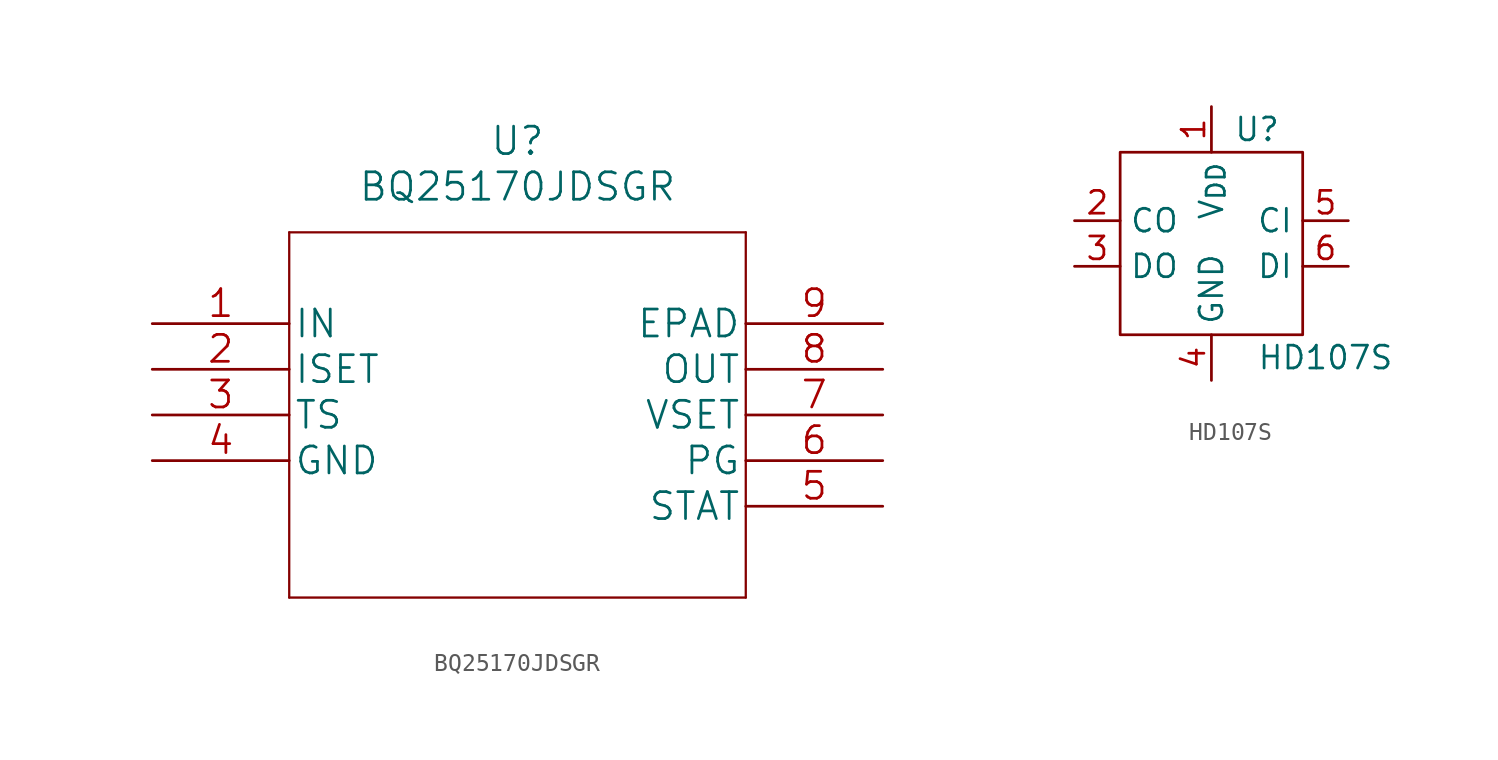
<source format=kicad_sym>
(kicad_symbol_lib
  (version 20211014)
  (generator kicad_symbol_editor)
  (symbol "BQ25170JDSGR"
    (pin_names
      (offset 0.254))
    (property "Reference" "U"
      (at 20.32 10.16 0)
      (effects (font (size 1.524 1.524))))
    (property "Value" "BQ25170JDSGR"
      (at 20.32 7.62 0)
      (effects (font (size 1.524 1.524))))
    (property "Datasheet" ""
      (at 0 0 0)
      (effects (font (size 1.524 1.524))))
    (property "ki_locked" ""
      (at 0 0 0)
      (effects (font (size 1.27 1.27))))
    (symbol "BQ25170JDSGR_1_1"
      (polyline (pts (xy 7.62 -15.24) (xy 33.02 -15.24)) (stroke (width 0.127) (type default) (color 0 0 0 0)) (fill (type none)))
      (polyline (pts (xy 7.62 5.08) (xy 7.62 -15.24)) (stroke (width 0.127) (type default) (color 0 0 0 0)) (fill (type none)))
      (polyline (pts (xy 33.02 -15.24) (xy 33.02 5.08)) (stroke (width 0.127) (type default) (color 0 0 0 0)) (fill (type none)))
      (polyline (pts (xy 33.02 5.08) (xy 7.62 5.08)) (stroke (width 0.127) (type default) (color 0 0 0 0)) (fill (type none)))
      (pin power_in line (at 0 0 0) (length 7.62) (name "IN" (effects (font (size 1.499 1.499)))) (number "1" (effects (font (size 1.499 1.499)))))
      (pin input line (at 0 -2.54 0) (length 7.62) (name "ISET" (effects (font (size 1.499 1.499)))) (number "2" (effects (font (size 1.499 1.499)))))
      (pin input line (at 0 -5.08 0) (length 7.62) (name "TS" (effects (font (size 1.499 1.499)))) (number "3" (effects (font (size 1.499 1.499)))))
      (pin passive line (at 0 -7.62 0) (length 7.62) (name "GND" (effects (font (size 1.499 1.499)))) (number "4" (effects (font (size 1.499 1.499)))))
      (pin open_collector line (at 40.64 -10.16 180) (length 7.62) (name "STAT" (effects (font (size 1.499 1.499)))) (number "5" (effects (font (size 1.499 1.499)))))
      (pin open_collector line (at 40.64 -7.62 180) (length 7.62) (name "PG" (effects (font (size 1.499 1.499)))) (number "6" (effects (font (size 1.499 1.499)))))
      (pin input line (at 40.64 -5.08 180) (length 7.62) (name "VSET" (effects (font (size 1.499 1.499)))) (number "7" (effects (font (size 1.499 1.499)))))
      (pin power_out line (at 40.64 -2.54 180) (length 7.62) (name "OUT" (effects (font (size 1.499 1.499)))) (number "8" (effects (font (size 1.499 1.499)))))
      (pin passive line (at 40.64 0 180) (length 7.62) (name "EPAD" (effects (font (size 1.499 1.499)))) (number "9" (effects (font (size 1.499 1.499)))))))
  (symbol "HD107S"
    (property "Reference" "U"
      (at 2.54 6.35 0)
      (effects (font (size 1.27 1.27))))
    (property "Value" "HD107S"
      (at 6.35 -6.35 0)
      (effects (font (size 1.27 1.27))))
    (symbol "HD107S_0_1"
      (rectangle (start -5.08 5.08) (end 5.08 -5.08) (stroke (width 0) (type default) (color 0 0 0 0)) (fill (type none))))
    (symbol "HD107S_1_1"
      (pin power_in line (at 0 7.62 270) (length 2.54) (name "V_{DD}" (effects (font (size 1.27 1.27)))) (number "1" (effects (font (size 1.27 1.27)))))
      (pin output line (at -7.62 1.27 0) (length 2.54) (name "CO" (effects (font (size 1.27 1.27)))) (number "2" (effects (font (size 1.27 1.27)))))
      (pin output line (at -7.62 -1.27 0) (length 2.54) (name "DO" (effects (font (size 1.27 1.27)))) (number "3" (effects (font (size 1.27 1.27)))))
      (pin passive line (at 0 -7.62 90) (length 2.54) (name "GND" (effects (font (size 1.27 1.27)))) (number "4" (effects (font (size 1.27 1.27)))))
      (pin input line (at 7.62 1.27 180) (length 2.54) (name "CI" (effects (font (size 1.27 1.27)))) (number "5" (effects (font (size 1.27 1.27)))))
      (pin input line (at 7.62 -1.27 180) (length 2.54) (name "DI" (effects (font (size 1.27 1.27)))) (number "6" (effects (font (size 1.27 1.27))))))))
</source>
